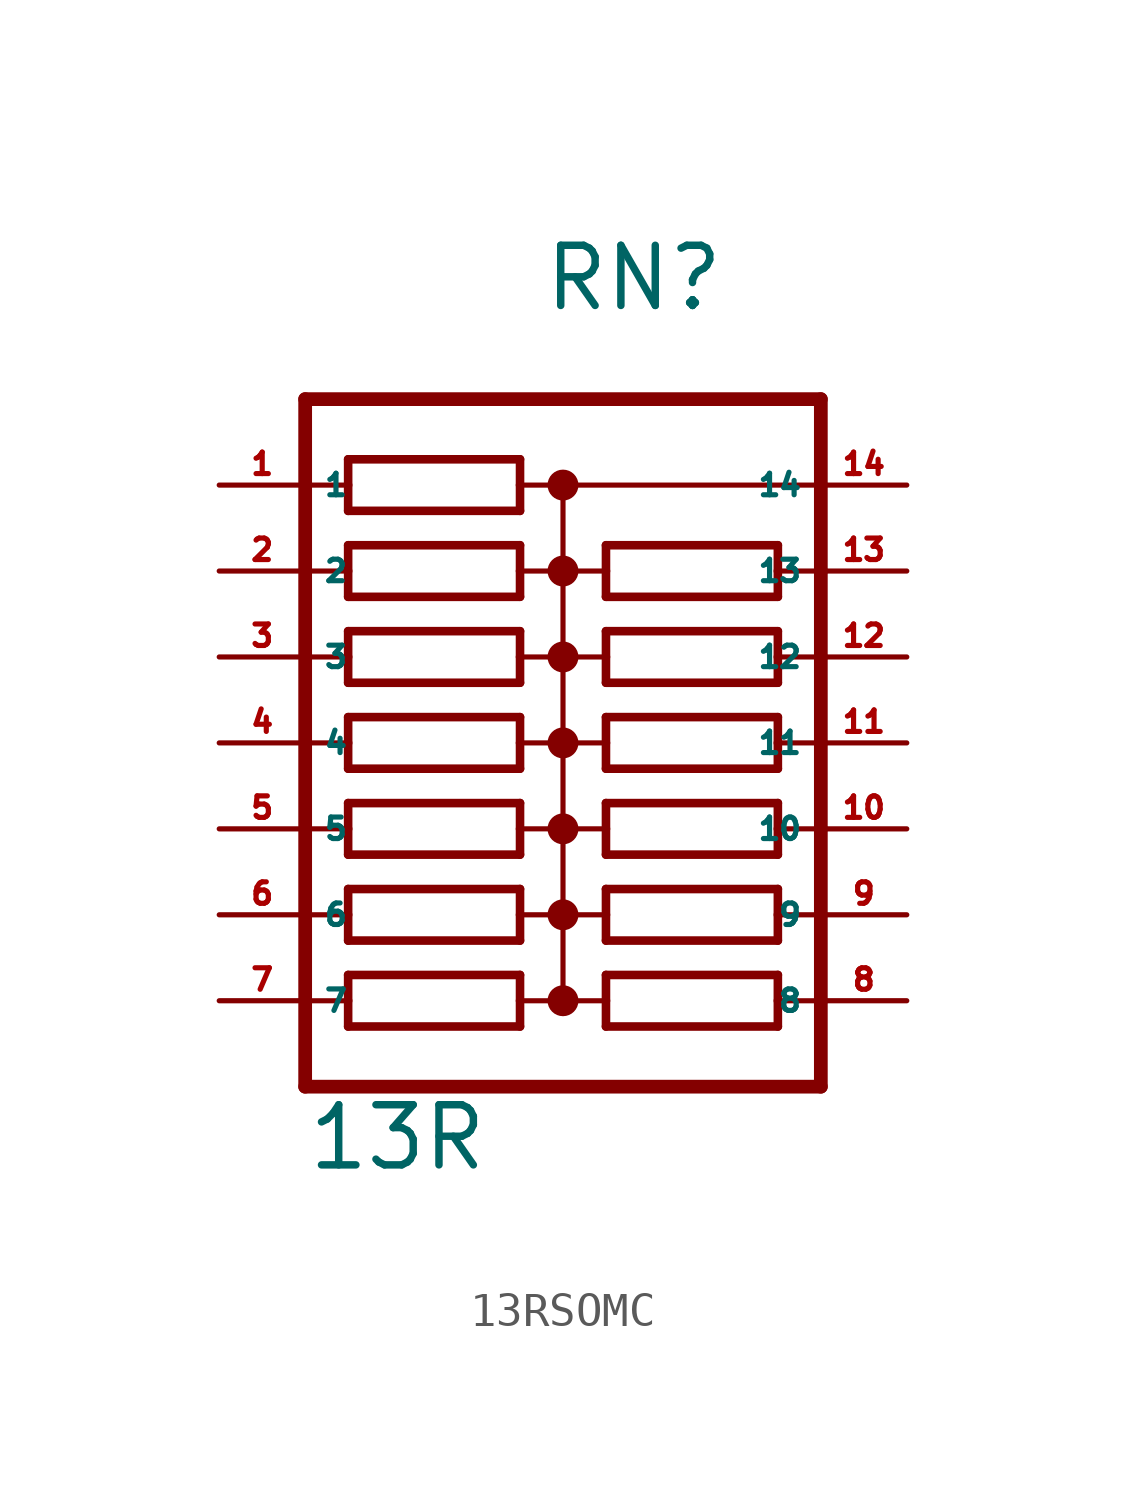
<source format=kicad_sym>
(kicad_symbol_lib
  (version 20220914)
  (generator Eagle2Kicad)
  (symbol "13RSOMC"
    (property "Reference" "RN"
      (at -0.635 12.7 0)
      (effects (font (size 1.778 1.778) (thickness 0.22)) (justify left bottom)))
    (property "Value" "13R"
      (at -7.62 -12.7 0)
      (effects (font (size 1.778 1.778) (thickness 0.22)) (justify left bottom)))
    (polyline
      (pts (xy -6.35 6.858) (xy -1.27 6.858))
      (stroke (width 0.254) (type default))
      (fill (type none)))
    (polyline
      (pts (xy -1.27 8.382) (xy -6.35 8.382))
      (stroke (width 0.254) (type default))
      (fill (type none)))
    (polyline
      (pts (xy -1.27 6.858) (xy -1.27 7.62))
      (stroke (width 0.254) (type default))
      (fill (type none)))
    (polyline
      (pts (xy -6.35 8.382) (xy -6.35 7.62))
      (stroke (width 0.254) (type default))
      (fill (type none)))
    (polyline
      (pts (xy -6.35 7.62) (xy -7.62 7.62))
      (stroke (width 0.152) (type default))
      (fill (type none)))
    (polyline
      (pts (xy -6.35 7.62) (xy -6.35 6.858))
      (stroke (width 0.254) (type default))
      (fill (type none)))
    (polyline
      (pts (xy 0 7.62) (xy -1.27 7.62))
      (stroke (width 0.152) (type default))
      (fill (type none)))
    (polyline
      (pts (xy -1.27 7.62) (xy -1.27 8.382))
      (stroke (width 0.254) (type default))
      (fill (type none)))
    (polyline
      (pts (xy 0 7.62) (xy 0 5.08))
      (stroke (width 0.152) (type default))
      (fill (type none)))
    (polyline
      (pts (xy 0 5.08) (xy -1.27 5.08))
      (stroke (width 0.152) (type default))
      (fill (type none)))
    (polyline
      (pts (xy 0 5.08) (xy 0 2.54))
      (stroke (width 0.152) (type default))
      (fill (type none)))
    (polyline
      (pts (xy 0 2.54) (xy -1.27 2.54))
      (stroke (width 0.152) (type default))
      (fill (type none)))
    (polyline
      (pts (xy 0 2.54) (xy 0 0))
      (stroke (width 0.152) (type default))
      (fill (type none)))
    (polyline
      (pts (xy 0 0) (xy -1.27 0))
      (stroke (width 0.152) (type default))
      (fill (type none)))
    (polyline
      (pts (xy 0 0) (xy 0 -2.54))
      (stroke (width 0.152) (type default))
      (fill (type none)))
    (polyline
      (pts (xy 0 -2.54) (xy -1.27 -2.54))
      (stroke (width 0.152) (type default))
      (fill (type none)))
    (polyline
      (pts (xy -7.62 -2.54) (xy -6.35 -2.54))
      (stroke (width 0.152) (type default))
      (fill (type none)))
    (polyline
      (pts (xy -7.62 0) (xy -6.35 0))
      (stroke (width 0.152) (type default))
      (fill (type none)))
    (polyline
      (pts (xy -7.62 2.54) (xy -6.35 2.54))
      (stroke (width 0.152) (type default))
      (fill (type none)))
    (polyline
      (pts (xy -7.62 5.08) (xy -6.35 5.08))
      (stroke (width 0.152) (type default))
      (fill (type none)))
    (polyline
      (pts (xy -6.35 5.08) (xy -6.35 4.318))
      (stroke (width 0.254) (type default))
      (fill (type none)))
    (polyline
      (pts (xy -6.35 5.842) (xy -6.35 5.08))
      (stroke (width 0.254) (type default))
      (fill (type none)))
    (polyline
      (pts (xy -1.27 4.318) (xy -1.27 5.08))
      (stroke (width 0.254) (type default))
      (fill (type none)))
    (polyline
      (pts (xy -1.27 5.08) (xy -1.27 5.842))
      (stroke (width 0.254) (type default))
      (fill (type none)))
    (polyline
      (pts (xy -6.35 4.318) (xy -1.27 4.318))
      (stroke (width 0.254) (type default))
      (fill (type none)))
    (polyline
      (pts (xy -1.27 5.842) (xy -6.35 5.842))
      (stroke (width 0.254) (type default))
      (fill (type none)))
    (polyline
      (pts (xy -6.35 1.778) (xy -1.27 1.778))
      (stroke (width 0.254) (type default))
      (fill (type none)))
    (polyline
      (pts (xy -6.35 -0.762) (xy -1.27 -0.762))
      (stroke (width 0.254) (type default))
      (fill (type none)))
    (polyline
      (pts (xy -6.35 -3.302) (xy -1.27 -3.302))
      (stroke (width 0.254) (type default))
      (fill (type none)))
    (polyline
      (pts (xy -1.27 3.302) (xy -6.35 3.302))
      (stroke (width 0.254) (type default))
      (fill (type none)))
    (polyline
      (pts (xy -1.27 0.762) (xy -6.35 0.762))
      (stroke (width 0.254) (type default))
      (fill (type none)))
    (polyline
      (pts (xy -1.27 -1.778) (xy -6.35 -1.778))
      (stroke (width 0.254) (type default))
      (fill (type none)))
    (polyline
      (pts (xy -1.27 1.778) (xy -1.27 2.54))
      (stroke (width 0.254) (type default))
      (fill (type none)))
    (polyline
      (pts (xy -1.27 -0.762) (xy -1.27 0))
      (stroke (width 0.254) (type default))
      (fill (type none)))
    (polyline
      (pts (xy -1.27 -3.302) (xy -1.27 -2.54))
      (stroke (width 0.254) (type default))
      (fill (type none)))
    (polyline
      (pts (xy -1.27 2.54) (xy -1.27 3.302))
      (stroke (width 0.254) (type default))
      (fill (type none)))
    (polyline
      (pts (xy -1.27 0) (xy -1.27 0.762))
      (stroke (width 0.254) (type default))
      (fill (type none)))
    (polyline
      (pts (xy -1.27 -2.54) (xy -1.27 -1.778))
      (stroke (width 0.254) (type default))
      (fill (type none)))
    (polyline
      (pts (xy -6.35 2.54) (xy -6.35 1.778))
      (stroke (width 0.254) (type default))
      (fill (type none)))
    (polyline
      (pts (xy -6.35 0) (xy -6.35 -0.762))
      (stroke (width 0.254) (type default))
      (fill (type none)))
    (polyline
      (pts (xy -6.35 -2.54) (xy -6.35 -3.302))
      (stroke (width 0.254) (type default))
      (fill (type none)))
    (polyline
      (pts (xy -6.35 3.302) (xy -6.35 2.54))
      (stroke (width 0.254) (type default))
      (fill (type none)))
    (polyline
      (pts (xy -6.35 0.762) (xy -6.35 0))
      (stroke (width 0.254) (type default))
      (fill (type none)))
    (polyline
      (pts (xy -6.35 -1.778) (xy -6.35 -2.54))
      (stroke (width 0.254) (type default))
      (fill (type none)))
    (polyline
      (pts (xy 7.62 10.16) (xy -7.62 10.16))
      (stroke (width 0.406) (type default))
      (fill (type none)))
    (polyline
      (pts (xy -6.35 -5.842) (xy -1.27 -5.842))
      (stroke (width 0.254) (type default))
      (fill (type none)))
    (polyline
      (pts (xy -1.27 -4.318) (xy -6.35 -4.318))
      (stroke (width 0.254) (type default))
      (fill (type none)))
    (polyline
      (pts (xy -1.27 -5.842) (xy -1.27 -5.08))
      (stroke (width 0.254) (type default))
      (fill (type none)))
    (polyline
      (pts (xy -6.35 -4.318) (xy -6.35 -5.08))
      (stroke (width 0.254) (type default))
      (fill (type none)))
    (polyline
      (pts (xy -6.35 -5.08) (xy -7.62 -5.08))
      (stroke (width 0.152) (type default))
      (fill (type none)))
    (polyline
      (pts (xy -6.35 -5.08) (xy -6.35 -5.842))
      (stroke (width 0.254) (type default))
      (fill (type none)))
    (polyline
      (pts (xy 0 -5.08) (xy -1.27 -5.08))
      (stroke (width 0.152) (type default))
      (fill (type none)))
    (polyline
      (pts (xy -1.27 -5.08) (xy -1.27 -4.318))
      (stroke (width 0.254) (type default))
      (fill (type none)))
    (polyline
      (pts (xy 0 -5.08) (xy 0 -7.62))
      (stroke (width 0.152) (type default))
      (fill (type none)))
    (polyline
      (pts (xy 0 -7.62) (xy -1.27 -7.62))
      (stroke (width 0.152) (type default))
      (fill (type none)))
    (polyline
      (pts (xy -7.62 -7.62) (xy -6.35 -7.62))
      (stroke (width 0.152) (type default))
      (fill (type none)))
    (polyline
      (pts (xy -6.35 -7.62) (xy -6.35 -8.382))
      (stroke (width 0.254) (type default))
      (fill (type none)))
    (polyline
      (pts (xy -6.35 -6.858) (xy -6.35 -7.62))
      (stroke (width 0.254) (type default))
      (fill (type none)))
    (polyline
      (pts (xy -1.27 -8.382) (xy -1.27 -7.62))
      (stroke (width 0.254) (type default))
      (fill (type none)))
    (polyline
      (pts (xy -1.27 -7.62) (xy -1.27 -6.858))
      (stroke (width 0.254) (type default))
      (fill (type none)))
    (polyline
      (pts (xy -6.35 -8.382) (xy -1.27 -8.382))
      (stroke (width 0.254) (type default))
      (fill (type none)))
    (polyline
      (pts (xy -1.27 -6.858) (xy -6.35 -6.858))
      (stroke (width 0.254) (type default))
      (fill (type none)))
    (polyline
      (pts (xy 7.62 10.16) (xy 7.62 7.62))
      (stroke (width 0.406) (type default))
      (fill (type none)))
    (polyline
      (pts (xy 7.62 7.62) (xy 7.62 5.08))
      (stroke (width 0.406) (type default))
      (fill (type none)))
    (polyline
      (pts (xy 7.62 5.08) (xy 7.62 2.54))
      (stroke (width 0.406) (type default))
      (fill (type none)))
    (polyline
      (pts (xy 7.62 2.54) (xy 7.62 0))
      (stroke (width 0.406) (type default))
      (fill (type none)))
    (polyline
      (pts (xy 7.62 0) (xy 7.62 -2.54))
      (stroke (width 0.406) (type default))
      (fill (type none)))
    (polyline
      (pts (xy 7.62 -2.54) (xy 7.62 -5.08))
      (stroke (width 0.406) (type default))
      (fill (type none)))
    (polyline
      (pts (xy 7.62 -5.08) (xy 7.62 -7.62))
      (stroke (width 0.406) (type default))
      (fill (type none)))
    (polyline
      (pts (xy 7.62 -7.62) (xy 7.62 -10.16))
      (stroke (width 0.406) (type default))
      (fill (type none)))
    (polyline
      (pts (xy 7.62 -10.16) (xy -7.62 -10.16))
      (stroke (width 0.406) (type default))
      (fill (type none)))
    (polyline
      (pts (xy -7.62 10.16) (xy -7.62 -10.16))
      (stroke (width 0.406) (type default))
      (fill (type none)))
    (polyline
      (pts (xy 0 -2.54) (xy 0 -5.08))
      (stroke (width 0.152) (type default))
      (fill (type none)))
    (polyline
      (pts (xy 0 7.62) (xy 7.62 7.62))
      (stroke (width 0.152) (type default))
      (fill (type none)))
    (polyline
      (pts (xy 0 -7.62) (xy 1.27 -7.62))
      (stroke (width 0.152) (type default))
      (fill (type none)))
    (polyline
      (pts (xy 0 -5.08) (xy 1.27 -5.08))
      (stroke (width 0.152) (type default))
      (fill (type none)))
    (polyline
      (pts (xy 0 -2.54) (xy 1.27 -2.54))
      (stroke (width 0.152) (type default))
      (fill (type none)))
    (polyline
      (pts (xy 0 0) (xy 1.27 0))
      (stroke (width 0.152) (type default))
      (fill (type none)))
    (polyline
      (pts (xy 7.62 0) (xy 6.35 0))
      (stroke (width 0.152) (type default))
      (fill (type none)))
    (polyline
      (pts (xy 7.62 -2.54) (xy 6.35 -2.54))
      (stroke (width 0.152) (type default))
      (fill (type none)))
    (polyline
      (pts (xy 7.62 -5.08) (xy 6.35 -5.08))
      (stroke (width 0.152) (type default))
      (fill (type none)))
    (polyline
      (pts (xy 7.62 -7.62) (xy 6.35 -7.62))
      (stroke (width 0.152) (type default))
      (fill (type none)))
    (polyline
      (pts (xy 6.35 -7.62) (xy 6.35 -6.858))
      (stroke (width 0.254) (type default))
      (fill (type none)))
    (polyline
      (pts (xy 6.35 -8.382) (xy 6.35 -7.62))
      (stroke (width 0.254) (type default))
      (fill (type none)))
    (polyline
      (pts (xy 1.27 -6.858) (xy 1.27 -7.62))
      (stroke (width 0.254) (type default))
      (fill (type none)))
    (polyline
      (pts (xy 1.27 -7.62) (xy 1.27 -8.382))
      (stroke (width 0.254) (type default))
      (fill (type none)))
    (polyline
      (pts (xy 6.35 -6.858) (xy 1.27 -6.858))
      (stroke (width 0.254) (type default))
      (fill (type none)))
    (polyline
      (pts (xy 1.27 -8.382) (xy 6.35 -8.382))
      (stroke (width 0.254) (type default))
      (fill (type none)))
    (polyline
      (pts (xy 6.35 -4.318) (xy 1.27 -4.318))
      (stroke (width 0.254) (type default))
      (fill (type none)))
    (polyline
      (pts (xy 6.35 -1.778) (xy 1.27 -1.778))
      (stroke (width 0.254) (type default))
      (fill (type none)))
    (polyline
      (pts (xy 6.35 0.762) (xy 1.27 0.762))
      (stroke (width 0.254) (type default))
      (fill (type none)))
    (polyline
      (pts (xy 1.27 -5.842) (xy 6.35 -5.842))
      (stroke (width 0.254) (type default))
      (fill (type none)))
    (polyline
      (pts (xy 1.27 -3.302) (xy 6.35 -3.302))
      (stroke (width 0.254) (type default))
      (fill (type none)))
    (polyline
      (pts (xy 1.27 -0.762) (xy 6.35 -0.762))
      (stroke (width 0.254) (type default))
      (fill (type none)))
    (polyline
      (pts (xy 1.27 -4.318) (xy 1.27 -5.08))
      (stroke (width 0.254) (type default))
      (fill (type none)))
    (polyline
      (pts (xy 1.27 -1.778) (xy 1.27 -2.54))
      (stroke (width 0.254) (type default))
      (fill (type none)))
    (polyline
      (pts (xy 1.27 0.762) (xy 1.27 0))
      (stroke (width 0.254) (type default))
      (fill (type none)))
    (polyline
      (pts (xy 1.27 -5.08) (xy 1.27 -5.842))
      (stroke (width 0.254) (type default))
      (fill (type none)))
    (polyline
      (pts (xy 1.27 -2.54) (xy 1.27 -3.302))
      (stroke (width 0.254) (type default))
      (fill (type none)))
    (polyline
      (pts (xy 1.27 0) (xy 1.27 -0.762))
      (stroke (width 0.254) (type default))
      (fill (type none)))
    (polyline
      (pts (xy 6.35 -5.08) (xy 6.35 -4.318))
      (stroke (width 0.254) (type default))
      (fill (type none)))
    (polyline
      (pts (xy 6.35 -2.54) (xy 6.35 -1.778))
      (stroke (width 0.254) (type default))
      (fill (type none)))
    (polyline
      (pts (xy 6.35 0) (xy 6.35 0.762))
      (stroke (width 0.254) (type default))
      (fill (type none)))
    (polyline
      (pts (xy 6.35 -5.842) (xy 6.35 -5.08))
      (stroke (width 0.254) (type default))
      (fill (type none)))
    (polyline
      (pts (xy 6.35 -3.302) (xy 6.35 -2.54))
      (stroke (width 0.254) (type default))
      (fill (type none)))
    (polyline
      (pts (xy 6.35 -0.762) (xy 6.35 0))
      (stroke (width 0.254) (type default))
      (fill (type none)))
    (polyline
      (pts (xy 6.35 3.302) (xy 1.27 3.302))
      (stroke (width 0.254) (type default))
      (fill (type none)))
    (polyline
      (pts (xy 1.27 1.778) (xy 6.35 1.778))
      (stroke (width 0.254) (type default))
      (fill (type none)))
    (polyline
      (pts (xy 1.27 3.302) (xy 1.27 2.54))
      (stroke (width 0.254) (type default))
      (fill (type none)))
    (polyline
      (pts (xy 6.35 1.778) (xy 6.35 2.54))
      (stroke (width 0.254) (type default))
      (fill (type none)))
    (polyline
      (pts (xy 6.35 2.54) (xy 7.62 2.54))
      (stroke (width 0.152) (type default))
      (fill (type none)))
    (polyline
      (pts (xy 6.35 2.54) (xy 6.35 3.302))
      (stroke (width 0.254) (type default))
      (fill (type none)))
    (polyline
      (pts (xy 0 2.54) (xy 1.27 2.54))
      (stroke (width 0.152) (type default))
      (fill (type none)))
    (polyline
      (pts (xy 1.27 2.54) (xy 1.27 1.778))
      (stroke (width 0.254) (type default))
      (fill (type none)))
    (polyline
      (pts (xy 0 5.08) (xy 1.27 5.08))
      (stroke (width 0.152) (type default))
      (fill (type none)))
    (polyline
      (pts (xy 7.62 5.08) (xy 6.35 5.08))
      (stroke (width 0.152) (type default))
      (fill (type none)))
    (polyline
      (pts (xy 6.35 5.08) (xy 6.35 5.842))
      (stroke (width 0.254) (type default))
      (fill (type none)))
    (polyline
      (pts (xy 6.35 4.318) (xy 6.35 5.08))
      (stroke (width 0.254) (type default))
      (fill (type none)))
    (polyline
      (pts (xy 1.27 5.842) (xy 1.27 5.08))
      (stroke (width 0.254) (type default))
      (fill (type none)))
    (polyline
      (pts (xy 1.27 5.08) (xy 1.27 4.318))
      (stroke (width 0.254) (type default))
      (fill (type none)))
    (polyline
      (pts (xy 6.35 5.842) (xy 1.27 5.842))
      (stroke (width 0.254) (type default))
      (fill (type none)))
    (polyline
      (pts (xy 1.27 4.318) (xy 6.35 4.318))
      (stroke (width 0.254) (type default))
      (fill (type none)))
    (circle
      (center 0 7.62)
      (radius 0.254)
      (stroke (width 0.406) (type default))
      (fill (type none)))
    (circle
      (center 0 5.08)
      (radius 0.254)
      (stroke (width 0.406) (type default))
      (fill (type none)))
    (circle
      (center 0 2.54)
      (radius 0.254)
      (stroke (width 0.406) (type default))
      (fill (type none)))
    (circle
      (center 0 0)
      (radius 0.254)
      (stroke (width 0.406) (type default))
      (fill (type none)))
    (circle
      (center 0 -2.54)
      (radius 0.254)
      (stroke (width 0.406) (type default))
      (fill (type none)))
    (circle
      (center 0 -5.08)
      (radius 0.254)
      (stroke (width 0.406) (type default))
      (fill (type none)))
    (circle
      (center 0 -7.62)
      (radius 0.254)
      (stroke (width 0.406) (type default))
      (fill (type none)))
    (pin passive line
      (at 10.16 7.62 180)
      (length 2.54)
      (name "14" (effects (font (size 0.635 0.635) (thickness 0.08)) (justify left bottom)))
      (number "14" (effects (font (size 0.635 0.635) (thickness 0.08)) (justify left bottom))))
    (pin passive line
      (at -10.16 5.08 0)
      (length 2.54)
      (name "2" (effects (font (size 0.635 0.635) (thickness 0.08)) (justify left bottom)))
      (number "2" (effects (font (size 0.635 0.635) (thickness 0.08)) (justify left bottom))))
    (pin passive line
      (at -10.16 2.54 0)
      (length 2.54)
      (name "3" (effects (font (size 0.635 0.635) (thickness 0.08)) (justify left bottom)))
      (number "3" (effects (font (size 0.635 0.635) (thickness 0.08)) (justify left bottom))))
    (pin passive line
      (at -10.16 0 0)
      (length 2.54)
      (name "4" (effects (font (size 0.635 0.635) (thickness 0.08)) (justify left bottom)))
      (number "4" (effects (font (size 0.635 0.635) (thickness 0.08)) (justify left bottom))))
    (pin passive line
      (at -10.16 -2.54 0)
      (length 2.54)
      (name "5" (effects (font (size 0.635 0.635) (thickness 0.08)) (justify left bottom)))
      (number "5" (effects (font (size 0.635 0.635) (thickness 0.08)) (justify left bottom))))
    (pin passive line
      (at -10.16 -5.08 0)
      (length 2.54)
      (name "6" (effects (font (size 0.635 0.635) (thickness 0.08)) (justify left bottom)))
      (number "6" (effects (font (size 0.635 0.635) (thickness 0.08)) (justify left bottom))))
    (pin passive line
      (at -10.16 -7.62 0)
      (length 2.54)
      (name "7" (effects (font (size 0.635 0.635) (thickness 0.08)) (justify left bottom)))
      (number "7" (effects (font (size 0.635 0.635) (thickness 0.08)) (justify left bottom))))
    (pin passive line
      (at -10.16 7.62 0)
      (length 2.54)
      (name "1" (effects (font (size 0.635 0.635) (thickness 0.08)) (justify left bottom)))
      (number "1" (effects (font (size 0.635 0.635) (thickness 0.08)) (justify left bottom))))
    (pin passive line
      (at 10.16 -7.62 180)
      (length 2.54)
      (name "8" (effects (font (size 0.635 0.635) (thickness 0.08)) (justify left bottom)))
      (number "8" (effects (font (size 0.635 0.635) (thickness 0.08)) (justify left bottom))))
    (pin passive line
      (at 10.16 -5.08 180)
      (length 2.54)
      (name "9" (effects (font (size 0.635 0.635) (thickness 0.08)) (justify left bottom)))
      (number "9" (effects (font (size 0.635 0.635) (thickness 0.08)) (justify left bottom))))
    (pin passive line
      (at 10.16 -2.54 180)
      (length 2.54)
      (name "10" (effects (font (size 0.635 0.635) (thickness 0.08)) (justify left bottom)))
      (number "10" (effects (font (size 0.635 0.635) (thickness 0.08)) (justify left bottom))))
    (pin passive line
      (at 10.16 0 180)
      (length 2.54)
      (name "11" (effects (font (size 0.635 0.635) (thickness 0.08)) (justify left bottom)))
      (number "11" (effects (font (size 0.635 0.635) (thickness 0.08)) (justify left bottom))))
    (pin passive line
      (at 10.16 2.54 180)
      (length 2.54)
      (name "12" (effects (font (size 0.635 0.635) (thickness 0.08)) (justify left bottom)))
      (number "12" (effects (font (size 0.635 0.635) (thickness 0.08)) (justify left bottom))))
    (pin passive line
      (at 10.16 5.08 180)
      (length 2.54)
      (name "13" (effects (font (size 0.635 0.635) (thickness 0.08)) (justify left bottom)))
      (number "13" (effects (font (size 0.635 0.635) (thickness 0.08)) (justify left bottom))))))
</source>
